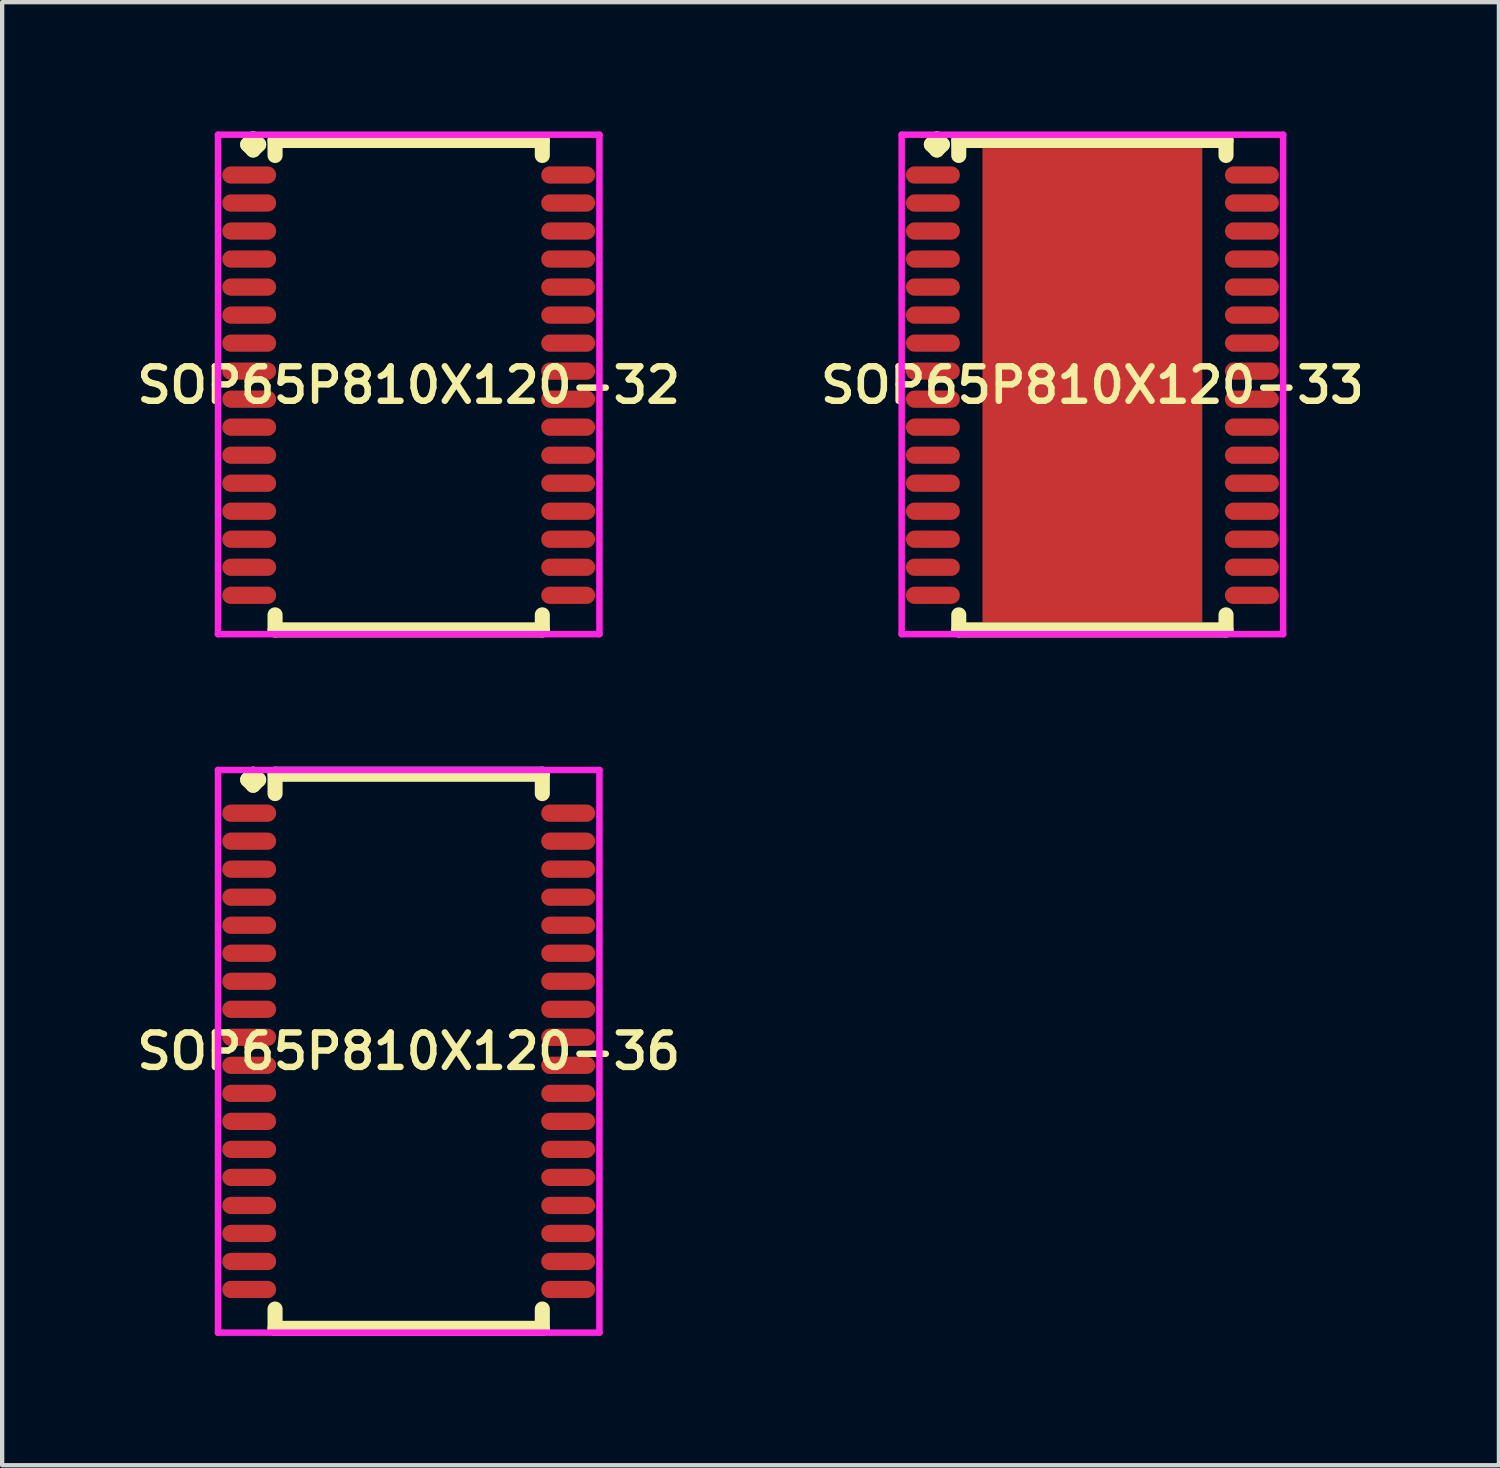
<source format=kicad_pcb>
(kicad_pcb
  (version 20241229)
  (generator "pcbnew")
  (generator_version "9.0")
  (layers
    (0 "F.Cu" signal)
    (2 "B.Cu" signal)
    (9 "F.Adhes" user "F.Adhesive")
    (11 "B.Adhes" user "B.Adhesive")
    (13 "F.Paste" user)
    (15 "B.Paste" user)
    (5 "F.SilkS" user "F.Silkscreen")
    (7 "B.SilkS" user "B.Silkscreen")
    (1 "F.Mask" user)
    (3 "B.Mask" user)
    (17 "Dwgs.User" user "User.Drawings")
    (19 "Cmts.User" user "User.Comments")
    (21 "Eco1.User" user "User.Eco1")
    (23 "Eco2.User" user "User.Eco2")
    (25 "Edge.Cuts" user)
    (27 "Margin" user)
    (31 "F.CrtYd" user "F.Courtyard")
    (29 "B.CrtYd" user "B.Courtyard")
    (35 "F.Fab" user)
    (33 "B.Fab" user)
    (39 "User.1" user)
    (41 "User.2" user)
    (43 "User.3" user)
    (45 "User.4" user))
  (footprint "SOP65P810X120-32"
    (layer "F.Cu")
    (at 6.431 5.885)
    (property "Reference" "SOP65P810X120-32" (at 0 0 0) (layer "F.SilkS") (effects (font (size 0.8 0.8) (thickness 0.15))))
    (attr smd)
    (fp_line (start -3.735 -5.583) (end -3.608 -5.71) (stroke (width 0.35) (type solid)) (layer "F.SilkS"))
    (fp_line (start -3.608 -5.71) (end -3.481 -5.583) (stroke (width 0.35) (type solid)) (layer "F.SilkS"))
    (fp_line (start -3.608 -5.456) (end -3.735 -5.583) (stroke (width 0.35) (type solid)) (layer "F.SilkS"))
    (fp_line (start -3.481 -5.583) (end -3.608 -5.456) (stroke (width 0.35) (type solid)) (layer "F.SilkS"))
    (fp_line (start -3.1 -5.677) (end 3.1 -5.677) (stroke (width 0.35) (type solid)) (layer "F.SilkS"))
    (fp_line (start -3.1 -5.329) (end -3.1 -5.677) (stroke (width 0.35) (type solid)) (layer "F.SilkS"))
    (fp_line (start -3.1 5.329) (end -3.1 5.677) (stroke (width 0.35) (type solid)) (layer "F.SilkS"))
    (fp_line (start -3.1 5.677) (end 3.1 5.677) (stroke (width 0.35) (type solid)) (layer "F.SilkS"))
    (fp_line (start 3.1 -5.677) (end 3.1 -5.329) (stroke (width 0.35) (type solid)) (layer "F.SilkS"))
    (fp_line (start 3.1 5.677) (end 3.1 5.329) (stroke (width 0.35) (type solid)) (layer "F.SilkS"))
    (fp_line (start -4.425 -5.81) (end 4.425 -5.81) (stroke (width 0.15) (type solid)) (layer "F.CrtYd"))
    (fp_line (start -4.425 5.777) (end -4.425 -5.81) (stroke (width 0.15) (type solid)) (layer "F.CrtYd"))
    (fp_line (start 4.425 -5.81) (end 4.425 5.777) (stroke (width 0.15) (type solid)) (layer "F.CrtYd"))
    (fp_line (start 4.425 5.777) (end -4.425 5.777) (stroke (width 0.15) (type solid)) (layer "F.CrtYd"))
    (pad "1" smd oval (at -3.7 -4.875) (size 1.25 0.4) (layers "F.Cu" "F.Mask" "F.Paste"))
    (pad "2" smd oval (at -3.7 -4.225) (size 1.25 0.4) (layers "F.Cu" "F.Mask" "F.Paste"))
    (pad "3" smd oval (at -3.7 -3.575) (size 1.25 0.4) (layers "F.Cu" "F.Mask" "F.Paste"))
    (pad "4" smd oval (at -3.7 -2.925) (size 1.25 0.4) (layers "F.Cu" "F.Mask" "F.Paste"))
    (pad "5" smd oval (at -3.7 -2.275) (size 1.25 0.4) (layers "F.Cu" "F.Mask" "F.Paste"))
    (pad "6" smd oval (at -3.7 -1.625) (size 1.25 0.4) (layers "F.Cu" "F.Mask" "F.Paste"))
    (pad "7" smd oval (at -3.7 -0.975) (size 1.25 0.4) (layers "F.Cu" "F.Mask" "F.Paste"))
    (pad "8" smd oval (at -3.7 -0.325) (size 1.25 0.4) (layers "F.Cu" "F.Mask" "F.Paste"))
    (pad "9" smd oval (at -3.7 0.325) (size 1.25 0.4) (layers "F.Cu" "F.Mask" "F.Paste"))
    (pad "10" smd oval (at -3.7 0.975) (size 1.25 0.4) (layers "F.Cu" "F.Mask" "F.Paste"))
    (pad "11" smd oval (at -3.7 1.625) (size 1.25 0.4) (layers "F.Cu" "F.Mask" "F.Paste"))
    (pad "12" smd oval (at -3.7 2.275) (size 1.25 0.4) (layers "F.Cu" "F.Mask" "F.Paste"))
    (pad "13" smd oval (at -3.7 2.925) (size 1.25 0.4) (layers "F.Cu" "F.Mask" "F.Paste"))
    (pad "14" smd oval (at -3.7 3.575) (size 1.25 0.4) (layers "F.Cu" "F.Mask" "F.Paste"))
    (pad "15" smd oval (at -3.7 4.225) (size 1.25 0.4) (layers "F.Cu" "F.Mask" "F.Paste"))
    (pad "16" smd oval (at -3.7 4.875) (size 1.25 0.4) (layers "F.Cu" "F.Mask" "F.Paste"))
    (pad "17" smd oval (at 3.7 4.875) (size 1.25 0.4) (layers "F.Cu" "F.Mask" "F.Paste"))
    (pad "18" smd oval (at 3.7 4.225) (size 1.25 0.4) (layers "F.Cu" "F.Mask" "F.Paste"))
    (pad "19" smd oval (at 3.7 3.575) (size 1.25 0.4) (layers "F.Cu" "F.Mask" "F.Paste"))
    (pad "20" smd oval (at 3.7 2.925) (size 1.25 0.4) (layers "F.Cu" "F.Mask" "F.Paste"))
    (pad "21" smd oval (at 3.7 2.275) (size 1.25 0.4) (layers "F.Cu" "F.Mask" "F.Paste"))
    (pad "22" smd oval (at 3.7 1.625) (size 1.25 0.4) (layers "F.Cu" "F.Mask" "F.Paste"))
    (pad "23" smd oval (at 3.7 0.975) (size 1.25 0.4) (layers "F.Cu" "F.Mask" "F.Paste"))
    (pad "24" smd oval (at 3.7 0.325) (size 1.25 0.4) (layers "F.Cu" "F.Mask" "F.Paste"))
    (pad "25" smd oval (at 3.7 -0.325) (size 1.25 0.4) (layers "F.Cu" "F.Mask" "F.Paste"))
    (pad "26" smd oval (at 3.7 -0.975) (size 1.25 0.4) (layers "F.Cu" "F.Mask" "F.Paste"))
    (pad "27" smd oval (at 3.7 -1.625) (size 1.25 0.4) (layers "F.Cu" "F.Mask" "F.Paste"))
    (pad "28" smd oval (at 3.7 -2.275) (size 1.25 0.4) (layers "F.Cu" "F.Mask" "F.Paste"))
    (pad "29" smd oval (at 3.7 -2.925) (size 1.25 0.4) (layers "F.Cu" "F.Mask" "F.Paste"))
    (pad "30" smd oval (at 3.7 -3.575) (size 1.25 0.4) (layers "F.Cu" "F.Mask" "F.Paste"))
    (pad "31" smd oval (at 3.7 -4.225) (size 1.25 0.4) (layers "F.Cu" "F.Mask" "F.Paste"))
    (pad "32" smd oval (at 3.7 -4.875) (size 1.25 0.4) (layers "F.Cu" "F.Mask" "F.Paste")))
  (footprint "SOP65P810X120-36"
    (layer "F.Cu")
    (at 6.431 21.339)
    (property "Reference" "SOP65P810X120-36" (at 0 0 0) (layer "F.SilkS") (effects (font (size 0.8 0.8) (thickness 0.15))))
    (attr smd)
    (fp_line (start -3.735 -6.3) (end -3.608 -6.427) (stroke (width 0.35) (type solid)) (layer "F.SilkS"))
    (fp_line (start -3.608 -6.427) (end -3.481 -6.3) (stroke (width 0.35) (type solid)) (layer "F.SilkS"))
    (fp_line (start -3.608 -6.173) (end -3.735 -6.3) (stroke (width 0.35) (type solid)) (layer "F.SilkS"))
    (fp_line (start -3.481 -6.3) (end -3.608 -6.173) (stroke (width 0.35) (type solid)) (layer "F.SilkS"))
    (fp_line (start -3.1 -6.427) (end 3.1 -6.427) (stroke (width 0.35) (type solid)) (layer "F.SilkS"))
    (fp_line (start -3.1 -5.979) (end -3.1 -6.427) (stroke (width 0.35) (type solid)) (layer "F.SilkS"))
    (fp_line (start -3.1 5.979) (end -3.1 6.427) (stroke (width 0.35) (type solid)) (layer "F.SilkS"))
    (fp_line (start -3.1 6.427) (end 3.1 6.427) (stroke (width 0.35) (type solid)) (layer "F.SilkS"))
    (fp_line (start 3.1 -6.427) (end 3.1 -5.979) (stroke (width 0.35) (type solid)) (layer "F.SilkS"))
    (fp_line (start 3.1 6.427) (end 3.1 5.979) (stroke (width 0.35) (type solid)) (layer "F.SilkS"))
    (fp_line (start -4.425 -6.527) (end 4.425 -6.527) (stroke (width 0.15) (type solid)) (layer "F.CrtYd"))
    (fp_line (start -4.425 6.527) (end -4.425 -6.527) (stroke (width 0.15) (type solid)) (layer "F.CrtYd"))
    (fp_line (start 4.425 -6.527) (end 4.425 6.527) (stroke (width 0.15) (type solid)) (layer "F.CrtYd"))
    (fp_line (start 4.425 6.527) (end -4.425 6.527) (stroke (width 0.15) (type solid)) (layer "F.CrtYd"))
    (pad "1" smd oval (at -3.7 -5.525) (size 1.25 0.4) (layers "F.Cu" "F.Mask" "F.Paste"))
    (pad "2" smd oval (at -3.7 -4.875) (size 1.25 0.4) (layers "F.Cu" "F.Mask" "F.Paste"))
    (pad "3" smd oval (at -3.7 -4.225) (size 1.25 0.4) (layers "F.Cu" "F.Mask" "F.Paste"))
    (pad "4" smd oval (at -3.7 -3.575) (size 1.25 0.4) (layers "F.Cu" "F.Mask" "F.Paste"))
    (pad "5" smd oval (at -3.7 -2.925) (size 1.25 0.4) (layers "F.Cu" "F.Mask" "F.Paste"))
    (pad "6" smd oval (at -3.7 -2.275) (size 1.25 0.4) (layers "F.Cu" "F.Mask" "F.Paste"))
    (pad "7" smd oval (at -3.7 -1.625) (size 1.25 0.4) (layers "F.Cu" "F.Mask" "F.Paste"))
    (pad "8" smd oval (at -3.7 -0.975) (size 1.25 0.4) (layers "F.Cu" "F.Mask" "F.Paste"))
    (pad "9" smd oval (at -3.7 -0.325) (size 1.25 0.4) (layers "F.Cu" "F.Mask" "F.Paste"))
    (pad "10" smd oval (at -3.7 0.325) (size 1.25 0.4) (layers "F.Cu" "F.Mask" "F.Paste"))
    (pad "11" smd oval (at -3.7 0.975) (size 1.25 0.4) (layers "F.Cu" "F.Mask" "F.Paste"))
    (pad "12" smd oval (at -3.7 1.625) (size 1.25 0.4) (layers "F.Cu" "F.Mask" "F.Paste"))
    (pad "13" smd oval (at -3.7 2.275) (size 1.25 0.4) (layers "F.Cu" "F.Mask" "F.Paste"))
    (pad "14" smd oval (at -3.7 2.925) (size 1.25 0.4) (layers "F.Cu" "F.Mask" "F.Paste"))
    (pad "15" smd oval (at -3.7 3.575) (size 1.25 0.4) (layers "F.Cu" "F.Mask" "F.Paste"))
    (pad "16" smd oval (at -3.7 4.225) (size 1.25 0.4) (layers "F.Cu" "F.Mask" "F.Paste"))
    (pad "17" smd oval (at -3.7 4.875) (size 1.25 0.4) (layers "F.Cu" "F.Mask" "F.Paste"))
    (pad "18" smd oval (at -3.7 5.525) (size 1.25 0.4) (layers "F.Cu" "F.Mask" "F.Paste"))
    (pad "19" smd oval (at 3.7 5.525) (size 1.25 0.4) (layers "F.Cu" "F.Mask" "F.Paste"))
    (pad "20" smd oval (at 3.7 4.875) (size 1.25 0.4) (layers "F.Cu" "F.Mask" "F.Paste"))
    (pad "21" smd oval (at 3.7 4.225) (size 1.25 0.4) (layers "F.Cu" "F.Mask" "F.Paste"))
    (pad "22" smd oval (at 3.7 3.575) (size 1.25 0.4) (layers "F.Cu" "F.Mask" "F.Paste"))
    (pad "23" smd oval (at 3.7 2.925) (size 1.25 0.4) (layers "F.Cu" "F.Mask" "F.Paste"))
    (pad "24" smd oval (at 3.7 2.275) (size 1.25 0.4) (layers "F.Cu" "F.Mask" "F.Paste"))
    (pad "25" smd oval (at 3.7 1.625) (size 1.25 0.4) (layers "F.Cu" "F.Mask" "F.Paste"))
    (pad "26" smd oval (at 3.7 0.975) (size 1.25 0.4) (layers "F.Cu" "F.Mask" "F.Paste"))
    (pad "27" smd oval (at 3.7 0.325) (size 1.25 0.4) (layers "F.Cu" "F.Mask" "F.Paste"))
    (pad "28" smd oval (at 3.7 -0.325) (size 1.25 0.4) (layers "F.Cu" "F.Mask" "F.Paste"))
    (pad "29" smd oval (at 3.7 -0.975) (size 1.25 0.4) (layers "F.Cu" "F.Mask" "F.Paste"))
    (pad "30" smd oval (at 3.7 -1.625) (size 1.25 0.4) (layers "F.Cu" "F.Mask" "F.Paste"))
    (pad "31" smd oval (at 3.7 -2.275) (size 1.25 0.4) (layers "F.Cu" "F.Mask" "F.Paste"))
    (pad "32" smd oval (at 3.7 -2.925) (size 1.25 0.4) (layers "F.Cu" "F.Mask" "F.Paste"))
    (pad "33" smd oval (at 3.7 -3.575) (size 1.25 0.4) (layers "F.Cu" "F.Mask" "F.Paste"))
    (pad "34" smd oval (at 3.7 -4.225) (size 1.25 0.4) (layers "F.Cu" "F.Mask" "F.Paste"))
    (pad "35" smd oval (at 3.7 -4.875) (size 1.25 0.4) (layers "F.Cu" "F.Mask" "F.Paste"))
    (pad "36" smd oval (at 3.7 -5.525) (size 1.25 0.4) (layers "F.Cu" "F.Mask" "F.Paste")))
  (footprint "SOP65P810X120-33"
    (layer "F.Cu")
    (at 22.292 5.885)
    (property "Reference" "SOP65P810X120-33" (at 0 0 0) (layer "F.SilkS") (effects (font (size 0.8 0.8) (thickness 0.15))))
    (attr smd)
    (fp_line (start -3.735 -5.583) (end -3.608 -5.71) (stroke (width 0.35) (type solid)) (layer "F.SilkS"))
    (fp_line (start -3.608 -5.71) (end -3.481 -5.583) (stroke (width 0.35) (type solid)) (layer "F.SilkS"))
    (fp_line (start -3.608 -5.456) (end -3.735 -5.583) (stroke (width 0.35) (type solid)) (layer "F.SilkS"))
    (fp_line (start -3.481 -5.583) (end -3.608 -5.456) (stroke (width 0.35) (type solid)) (layer "F.SilkS"))
    (fp_line (start -3.1 -5.677) (end 3.1 -5.677) (stroke (width 0.35) (type solid)) (layer "F.SilkS"))
    (fp_line (start -3.1 -5.329) (end -3.1 -5.677) (stroke (width 0.35) (type solid)) (layer "F.SilkS"))
    (fp_line (start -3.1 5.329) (end -3.1 5.677) (stroke (width 0.35) (type solid)) (layer "F.SilkS"))
    (fp_line (start -3.1 5.677) (end 3.1 5.677) (stroke (width 0.35) (type solid)) (layer "F.SilkS"))
    (fp_line (start 3.1 -5.677) (end 3.1 -5.329) (stroke (width 0.35) (type solid)) (layer "F.SilkS"))
    (fp_line (start 3.1 5.677) (end 3.1 5.329) (stroke (width 0.35) (type solid)) (layer "F.SilkS"))
    (fp_line (start -4.425 -5.81) (end 4.425 -5.81) (stroke (width 0.15) (type solid)) (layer "F.CrtYd"))
    (fp_line (start -4.425 5.777) (end -4.425 -5.81) (stroke (width 0.15) (type solid)) (layer "F.CrtYd"))
    (fp_line (start 4.425 -5.81) (end 4.425 5.777) (stroke (width 0.15) (type solid)) (layer "F.CrtYd"))
    (fp_line (start 4.425 5.777) (end -4.425 5.777) (stroke (width 0.15) (type solid)) (layer "F.CrtYd"))
    (pad "1" smd oval (at -3.7 -4.875) (size 1.25 0.4) (layers "F.Cu" "F.Mask" "F.Paste"))
    (pad "2" smd oval (at -3.7 -4.225) (size 1.25 0.4) (layers "F.Cu" "F.Mask" "F.Paste"))
    (pad "3" smd oval (at -3.7 -3.575) (size 1.25 0.4) (layers "F.Cu" "F.Mask" "F.Paste"))
    (pad "4" smd oval (at -3.7 -2.925) (size 1.25 0.4) (layers "F.Cu" "F.Mask" "F.Paste"))
    (pad "5" smd oval (at -3.7 -2.275) (size 1.25 0.4) (layers "F.Cu" "F.Mask" "F.Paste"))
    (pad "6" smd oval (at -3.7 -1.625) (size 1.25 0.4) (layers "F.Cu" "F.Mask" "F.Paste"))
    (pad "7" smd oval (at -3.7 -0.975) (size 1.25 0.4) (layers "F.Cu" "F.Mask" "F.Paste"))
    (pad "8" smd oval (at -3.7 -0.325) (size 1.25 0.4) (layers "F.Cu" "F.Mask" "F.Paste"))
    (pad "9" smd oval (at -3.7 0.325) (size 1.25 0.4) (layers "F.Cu" "F.Mask" "F.Paste"))
    (pad "10" smd oval (at -3.7 0.975) (size 1.25 0.4) (layers "F.Cu" "F.Mask" "F.Paste"))
    (pad "11" smd oval (at -3.7 1.625) (size 1.25 0.4) (layers "F.Cu" "F.Mask" "F.Paste"))
    (pad "12" smd oval (at -3.7 2.275) (size 1.25 0.4) (layers "F.Cu" "F.Mask" "F.Paste"))
    (pad "13" smd oval (at -3.7 2.925) (size 1.25 0.4) (layers "F.Cu" "F.Mask" "F.Paste"))
    (pad "14" smd oval (at -3.7 3.575) (size 1.25 0.4) (layers "F.Cu" "F.Mask" "F.Paste"))
    (pad "15" smd oval (at -3.7 4.225) (size 1.25 0.4) (layers "F.Cu" "F.Mask" "F.Paste"))
    (pad "16" smd oval (at -3.7 4.875) (size 1.25 0.4) (layers "F.Cu" "F.Mask" "F.Paste"))
    (pad "17" smd oval (at 3.7 4.875) (size 1.25 0.4) (layers "F.Cu" "F.Mask" "F.Paste"))
    (pad "18" smd oval (at 3.7 4.225) (size 1.25 0.4) (layers "F.Cu" "F.Mask" "F.Paste"))
    (pad "19" smd oval (at 3.7 3.575) (size 1.25 0.4) (layers "F.Cu" "F.Mask" "F.Paste"))
    (pad "20" smd oval (at 3.7 2.925) (size 1.25 0.4) (layers "F.Cu" "F.Mask" "F.Paste"))
    (pad "21" smd oval (at 3.7 2.275) (size 1.25 0.4) (layers "F.Cu" "F.Mask" "F.Paste"))
    (pad "22" smd oval (at 3.7 1.625) (size 1.25 0.4) (layers "F.Cu" "F.Mask" "F.Paste"))
    (pad "23" smd oval (at 3.7 0.975) (size 1.25 0.4) (layers "F.Cu" "F.Mask" "F.Paste"))
    (pad "24" smd oval (at 3.7 0.325) (size 1.25 0.4) (layers "F.Cu" "F.Mask" "F.Paste"))
    (pad "25" smd oval (at 3.7 -0.325) (size 1.25 0.4) (layers "F.Cu" "F.Mask" "F.Paste"))
    (pad "26" smd oval (at 3.7 -0.975) (size 1.25 0.4) (layers "F.Cu" "F.Mask" "F.Paste"))
    (pad "27" smd oval (at 3.7 -1.625) (size 1.25 0.4) (layers "F.Cu" "F.Mask" "F.Paste"))
    (pad "28" smd oval (at 3.7 -2.275) (size 1.25 0.4) (layers "F.Cu" "F.Mask" "F.Paste"))
    (pad "29" smd oval (at 3.7 -2.925) (size 1.25 0.4) (layers "F.Cu" "F.Mask" "F.Paste"))
    (pad "30" smd oval (at 3.7 -3.575) (size 1.25 0.4) (layers "F.Cu" "F.Mask" "F.Paste"))
    (pad "31" smd oval (at 3.7 -4.225) (size 1.25 0.4) (layers "F.Cu" "F.Mask" "F.Paste"))
    (pad "32" smd oval (at 3.7 -4.875) (size 1.25 0.4) (layers "F.Cu" "F.Mask" "F.Paste"))
    (pad "33" smd rect (at 0 0) (size 5.1 11) (layers "F.Cu" "F.Mask" "F.Paste")))
  (gr_rect
    (start -3 -3)
    (end 31.723 30.941)
    (stroke (width 0.1) (type default))
    (fill no)
    (layer "Edge.Cuts")))
</source>
